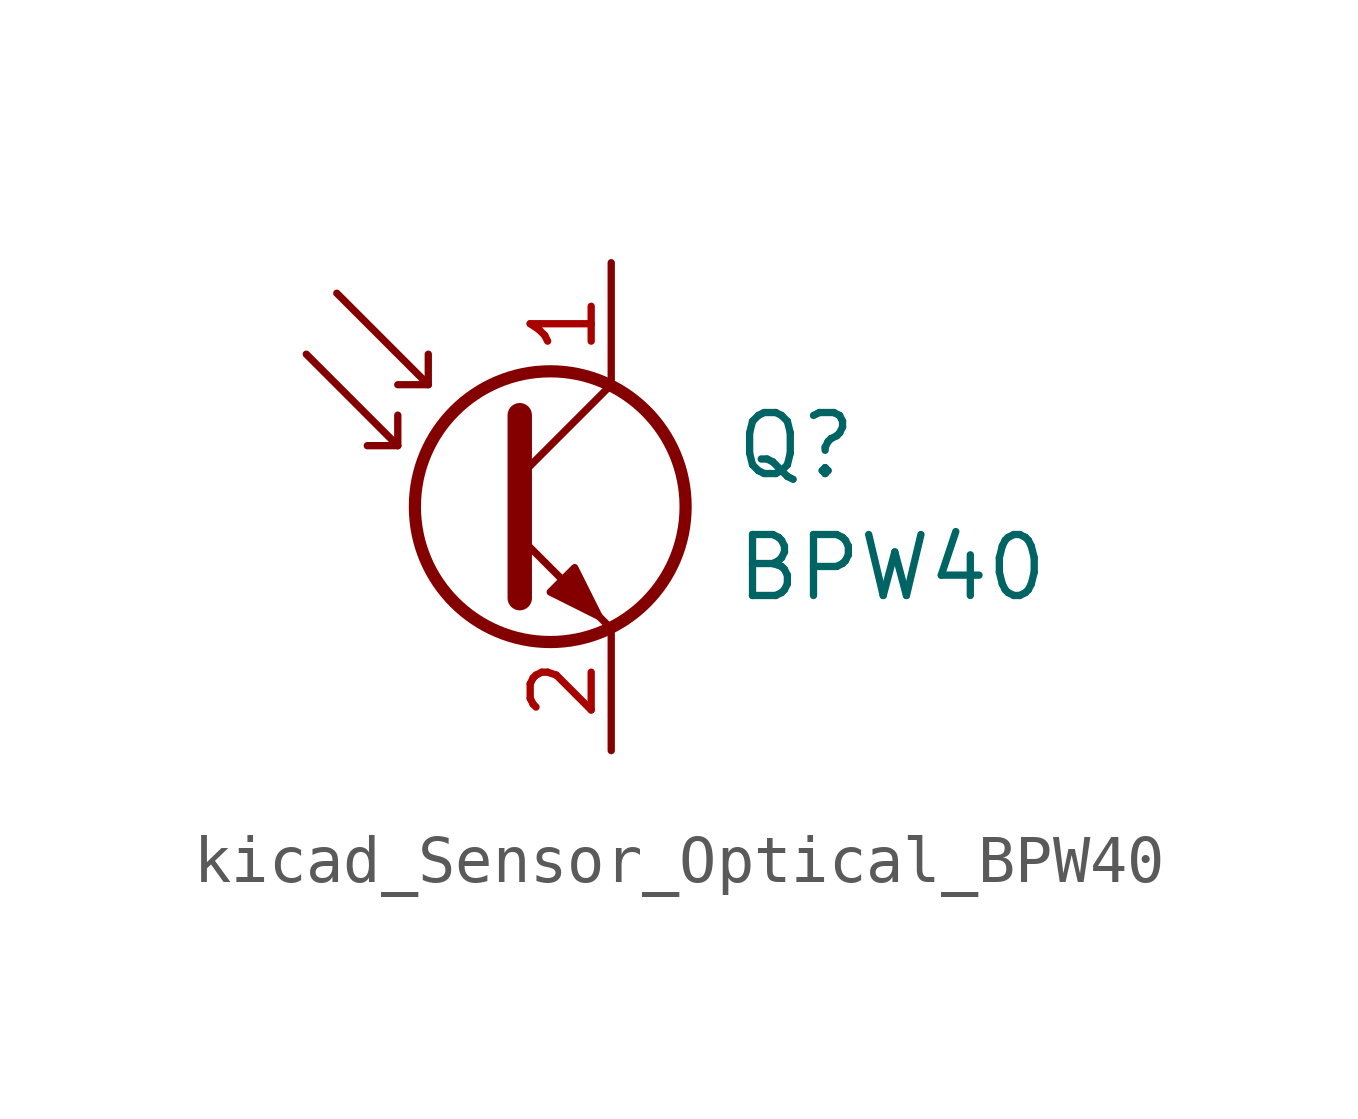
<source format=kicad_sym>
(kicad_symbol_lib
  (version 20220914)
  (generator kicad_symbol_editor)
  (symbol "kicad_Sensor_Optical_BPW40"
    (pin_names
      (offset 0) hide)
    (property "Reference" "Q"
      (at 5.08 1.27 0)
      (effects (font (size 1.27 1.27)) (justify left)))
    (property "Value" "BPW40"
      (at 5.08 -1.27 0)
      (effects (font (size 1.27 1.27)) (justify left)))
    (symbol "kicad_Sensor_Optical_BPW40_0_1"
      (polyline (pts (xy -1.905 1.27) (xy -2.54 1.27)) (stroke (width 0) (type default)) (fill (type none)))
      (polyline (pts (xy -1.27 2.54) (xy -1.905 2.54)) (stroke (width 0) (type default)) (fill (type none)))
      (polyline (pts (xy 0.635 0.635) (xy 2.54 2.54)) (stroke (width 0) (type default)) (fill (type none)))
      (polyline (pts (xy -3.81 3.175) (xy -1.905 1.27) (xy -1.905 1.905)) (stroke (width 0) (type default)) (fill (type none)))
      (polyline (pts (xy -3.175 4.445) (xy -1.27 2.54) (xy -1.27 3.175)) (stroke (width 0) (type default)) (fill (type none)))
      (polyline (pts (xy 0.635 -0.635) (xy 2.54 -2.54) (xy 2.54 -2.54)) (stroke (width 0) (type default)) (fill (type none)))
      (polyline (pts (xy 0.635 1.905) (xy 0.635 -1.905) (xy 0.635 -1.905)) (stroke (width 0.508) (type default)) (fill (type none)))
      (polyline (pts (xy 1.27 -1.778) (xy 1.778 -1.27) (xy 2.286 -2.286) (xy 1.27 -1.778) (xy 1.27 -1.778)) (stroke (width 0) (type default)) (fill (type outline)))
      (circle (center 1.27 0) (radius 2.819) (stroke (width 0.254) (type default)) (fill (type none))))
    (symbol "kicad_Sensor_Optical_BPW40_1_1"
      (pin passive line (at 2.54 5.08 270) (length 2.54) (name "C" (effects (font (size 1.27 1.27)))) (number "1" (effects (font (size 1.27 1.27)))))
      (pin passive line (at 2.54 -5.08 90) (length 2.54) (name "E" (effects (font (size 1.27 1.27)))) (number "2" (effects (font (size 1.27 1.27))))))))
</source>
